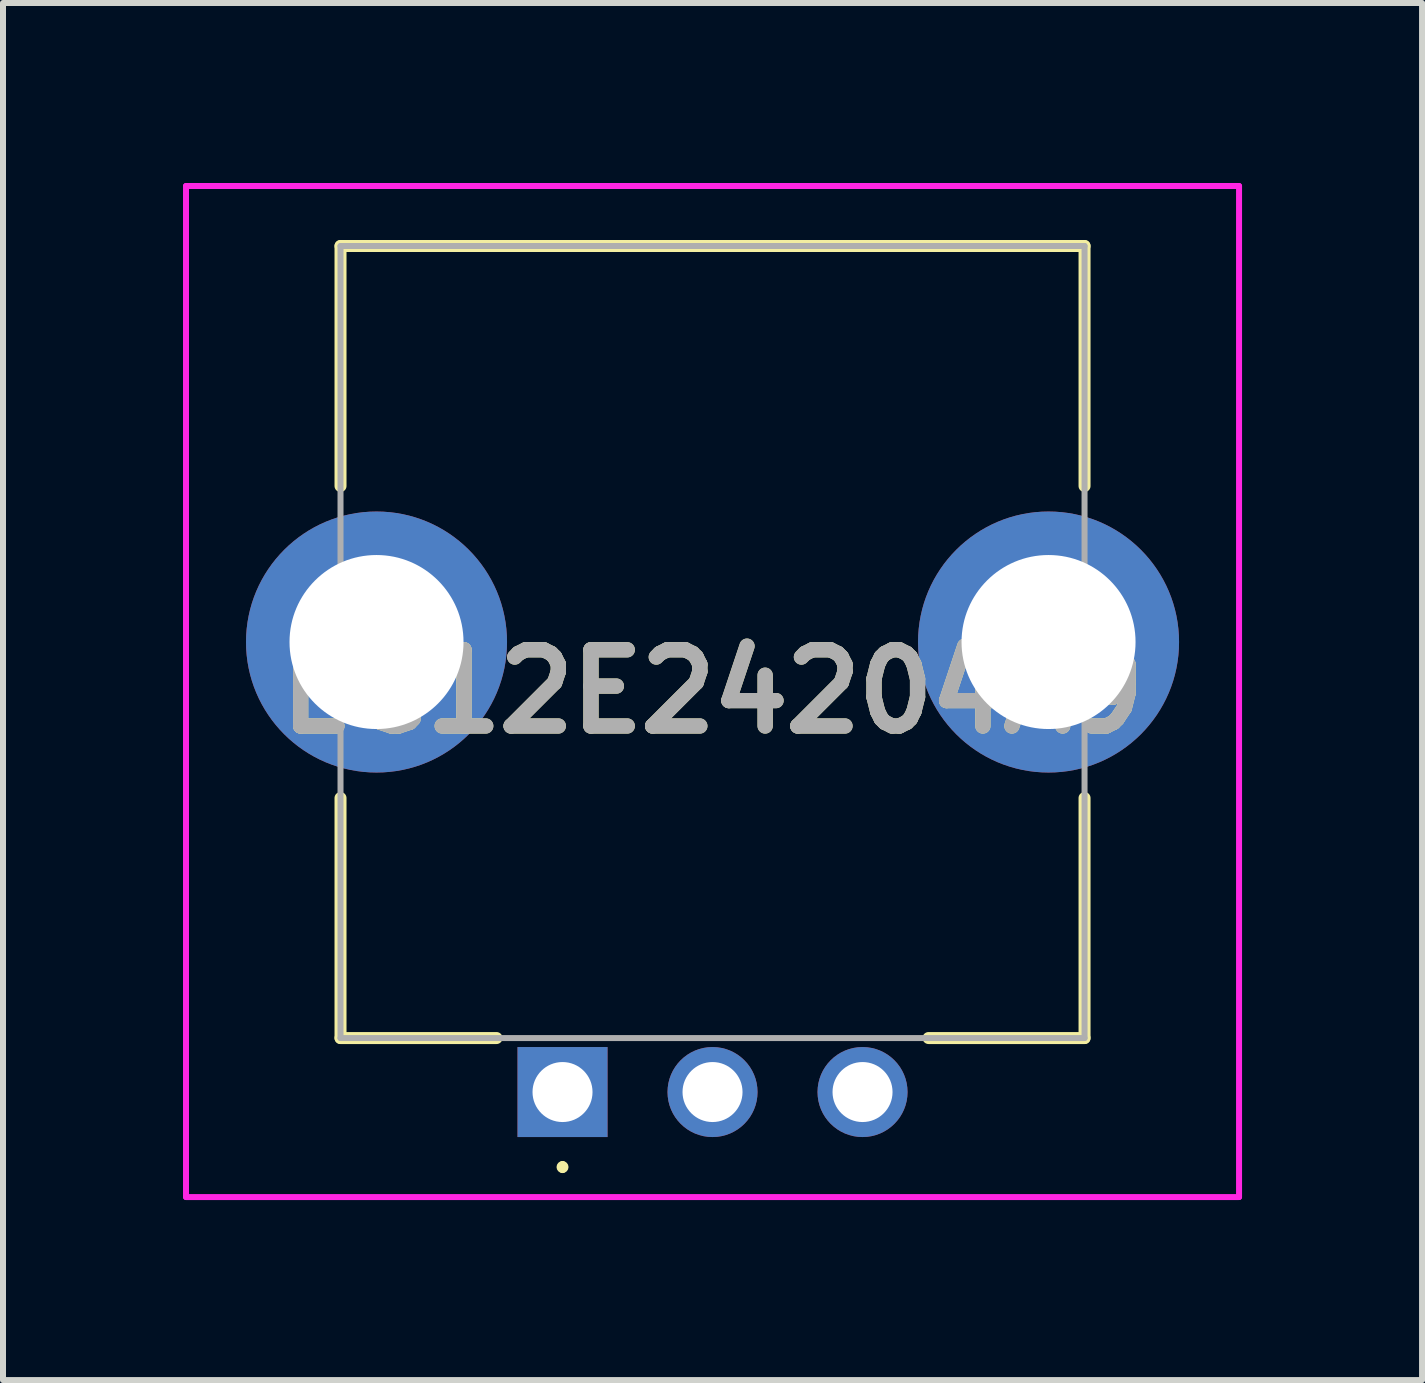
<source format=kicad_pcb>
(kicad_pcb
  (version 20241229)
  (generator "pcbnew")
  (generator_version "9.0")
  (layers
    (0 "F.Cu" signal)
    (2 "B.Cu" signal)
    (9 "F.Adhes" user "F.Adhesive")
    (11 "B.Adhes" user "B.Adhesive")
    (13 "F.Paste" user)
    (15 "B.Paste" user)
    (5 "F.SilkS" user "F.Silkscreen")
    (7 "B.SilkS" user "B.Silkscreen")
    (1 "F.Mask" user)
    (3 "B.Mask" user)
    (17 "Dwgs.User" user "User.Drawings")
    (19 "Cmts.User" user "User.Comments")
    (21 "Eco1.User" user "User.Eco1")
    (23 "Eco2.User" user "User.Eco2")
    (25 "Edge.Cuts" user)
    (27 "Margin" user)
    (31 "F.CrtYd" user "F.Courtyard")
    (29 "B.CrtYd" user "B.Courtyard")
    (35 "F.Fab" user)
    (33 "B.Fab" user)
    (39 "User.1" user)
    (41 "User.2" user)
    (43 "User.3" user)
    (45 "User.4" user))
  (footprint "EC12E24204A9"
    (layer "F.Cu")
    (at 6.325 15.15)
    (property "Reference" "EC12E24204A9" (at 2.5 -6.675 0) (layer "F.SilkS") (effects (font (size 1.27 1.27) (thickness 0.254))))
    (attr through_hole)
    (fp_line (start -3.7 -14.1) (end -3.7 -10.1) (stroke (width 0.2) (type solid)) (layer "F.SilkS"))
    (fp_line (start -3.7 -4.9) (end -3.7 -0.9) (stroke (width 0.2) (type solid)) (layer "F.SilkS"))
    (fp_line (start -3.7 -0.9) (end -1.1 -0.9) (stroke (width 0.2) (type solid)) (layer "F.SilkS"))
    (fp_line (start 0 1.2) (end 0 1.2) (stroke (width 0.1) (type solid)) (layer "F.SilkS"))
    (fp_line (start 0 1.3) (end 0 1.3) (stroke (width 0.1) (type solid)) (layer "F.SilkS"))
    (fp_line (start 8.7 -14.1) (end -3.7 -14.1) (stroke (width 0.2) (type solid)) (layer "F.SilkS"))
    (fp_line (start 8.7 -10.1) (end 8.7 -14.1) (stroke (width 0.2) (type solid)) (layer "F.SilkS"))
    (fp_line (start 8.7 -4.9) (end 8.7 -0.9) (stroke (width 0.2) (type solid)) (layer "F.SilkS"))
    (fp_line (start 8.7 -0.9) (end 6.1 -0.9) (stroke (width 0.2) (type solid)) (layer "F.SilkS"))
    (fp_arc (start 0 1.2) (mid 0.05 1.25) (end 0 1.3) (stroke (width 0.1) (type solid)) (layer "F.SilkS"))
    (fp_arc (start 0 1.3) (mid -0.05 1.25) (end 0 1.2) (stroke (width 0.1) (type solid)) (layer "F.SilkS"))
    (fp_line (start -6.275 -15.1) (end 11.275 -15.1) (stroke (width 0.1) (type solid)) (layer "F.CrtYd"))
    (fp_line (start -6.275 1.75) (end -6.275 -15.1) (stroke (width 0.1) (type solid)) (layer "F.CrtYd"))
    (fp_line (start 11.275 -15.1) (end 11.275 1.75) (stroke (width 0.1) (type solid)) (layer "F.CrtYd"))
    (fp_line (start 11.275 1.75) (end -6.275 1.75) (stroke (width 0.1) (type solid)) (layer "F.CrtYd"))
    (fp_line (start -3.7 -14.1) (end 8.7 -14.1) (stroke (width 0.1) (type solid)) (layer "F.Fab"))
    (fp_line (start -3.7 -0.9) (end -3.7 -14.1) (stroke (width 0.1) (type solid)) (layer "F.Fab"))
    (fp_line (start 8.7 -14.1) (end 8.7 -0.9) (stroke (width 0.1) (type solid)) (layer "F.Fab"))
    (fp_line (start 8.7 -0.9) (end -3.7 -0.9) (stroke (width 0.1) (type solid)) (layer "F.Fab"))
    (fp_text user "${REFERENCE}" (at 2.5 -6.675 0) (layer "F.Fab") (effects (font (size 1.27 1.27) (thickness 0.254))))
    (pad "A1" thru_hole rect (at 0 0) (size 1.5 1.5) (drill 1) (layers "*.Cu" "*.Mask"))
    (pad "B1" thru_hole circle (at 5 0) (size 1.5 1.5) (drill 1) (layers "*.Cu" "*.Mask"))
    (pad "C1" thru_hole circle (at 2.5 0) (size 1.5 1.5) (drill 1) (layers "*.Cu" "*.Mask"))
    (pad "MH1" thru_hole circle (at 8.1 -7.5) (size 4.35 4.35) (drill 2.9) (layers "*.Cu" "*.Mask"))
    (pad "MH2" thru_hole circle (at -3.1 -7.5) (size 4.35 4.35) (drill 2.9) (layers "*.Cu" "*.Mask")))
  (gr_rect
    (start -3 -3)
    (end 20.65 19.95)
    (stroke (width 0.1) (type default))
    (fill no)
    (layer "Edge.Cuts")))
</source>
